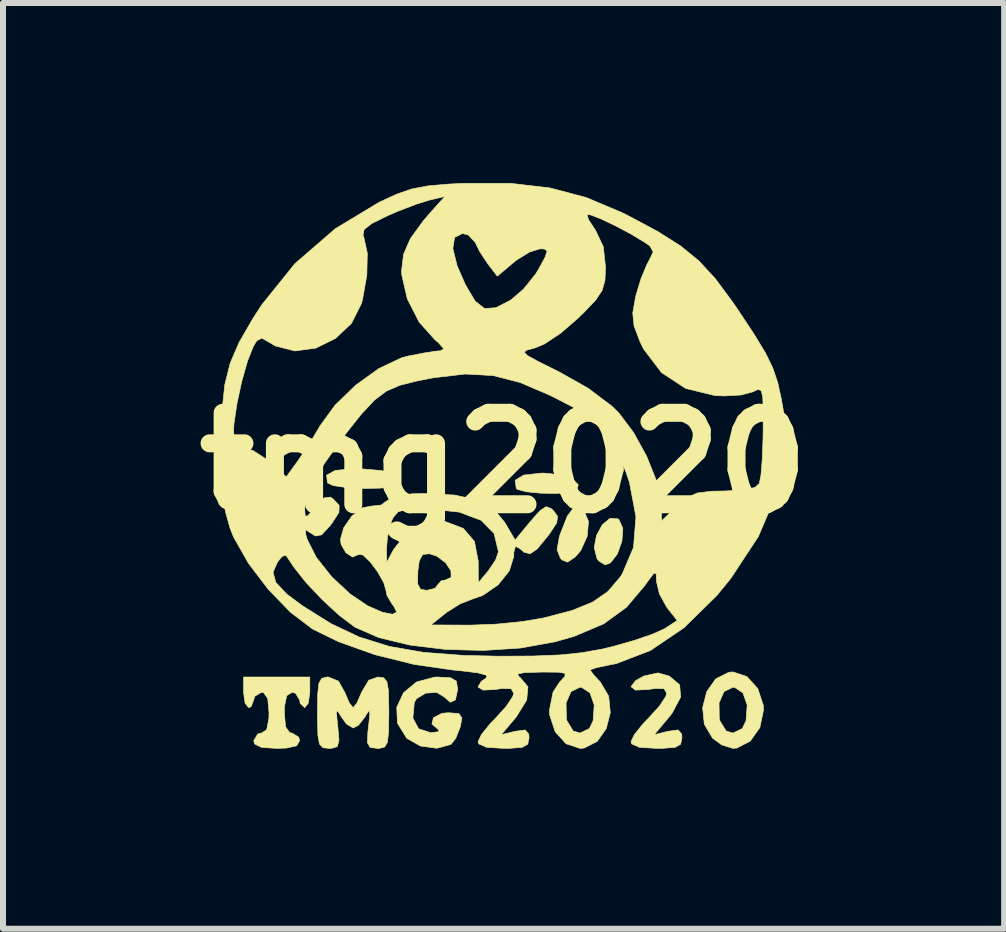
<source format=kicad_pcb>
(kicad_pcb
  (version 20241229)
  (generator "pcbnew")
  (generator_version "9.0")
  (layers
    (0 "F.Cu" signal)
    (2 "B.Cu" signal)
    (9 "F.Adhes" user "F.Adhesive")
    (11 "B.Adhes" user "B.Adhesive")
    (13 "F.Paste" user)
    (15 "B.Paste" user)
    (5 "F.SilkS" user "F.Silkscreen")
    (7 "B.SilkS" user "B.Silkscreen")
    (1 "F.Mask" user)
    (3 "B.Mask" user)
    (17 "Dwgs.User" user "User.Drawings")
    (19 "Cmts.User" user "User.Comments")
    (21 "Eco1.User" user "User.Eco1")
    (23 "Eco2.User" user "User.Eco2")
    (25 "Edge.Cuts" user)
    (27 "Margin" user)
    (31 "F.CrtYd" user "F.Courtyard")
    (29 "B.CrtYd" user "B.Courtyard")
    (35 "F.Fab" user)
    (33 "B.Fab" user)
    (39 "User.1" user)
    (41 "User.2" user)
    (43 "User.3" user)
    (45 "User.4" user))
  (footprint "tmg2020"
    (layer "F.Cu")
    (at 5.341 4.664)
    (property "Reference" "tmg2020" (at 0 0 0) (layer "F.SilkS") (effects (font (size 1.524 1.524) (thickness 0.3))))
    (attr through_hole)
    (fp_poly (pts (xy 1.906 0.932) (xy 1.923 0.944) (xy 1.988 1.091) (xy 1.973 1.303) (xy 1.897 1.516) (xy 1.781 1.666) (xy 1.694 1.699) (xy 1.591 1.637) (xy 1.557 1.593) (xy 1.511 1.412) (xy 1.549 1.21) (xy 1.645 1.032) (xy 1.772 0.924) (xy 1.906 0.932)) (stroke (width 0.01) (type solid)) (fill yes) (layer "F.SilkS"))
    (fp_poly (pts (xy 0.948 0.197) (xy 1.15 0.268) (xy 1.246 0.364) (xy 1.217 0.454) (xy 1.096 0.492) (xy 0.874 0.509) (xy 0.615 0.504) (xy 0.38 0.481) (xy 0.231 0.441) (xy 0.212 0.425) (xy 0.194 0.289) (xy 0.335 0.203) (xy 0.631 0.17) (xy 0.674 0.17) (xy 0.948 0.197)) (stroke (width 0.01) (type solid)) (fill yes) (layer "F.SilkS"))
    (fp_poly (pts (xy 1.339 0.793) (xy 1.416 0.976) (xy 1.394 1.221) (xy 1.286 1.461) (xy 1.197 1.565) (xy 1.067 1.654) (xy 0.973 1.616) (xy 0.947 1.586) (xy 0.892 1.448) (xy 0.929 1.235) (xy 0.947 1.181) (xy 1.063 0.886) (xy 1.169 0.745) (xy 1.278 0.744) (xy 1.339 0.793)) (stroke (width 0.01) (type solid)) (fill yes) (layer "F.SilkS"))
    (fp_poly (pts (xy -2.328 0.102) (xy -2.033 0.128) (xy -1.871 0.175) (xy -1.805 0.256) (xy -1.8 0.276) (xy -1.805 0.357) (xy -1.884 0.402) (xy -2.069 0.421) (xy -2.325 0.425) (xy -2.62 0.411) (xy -2.841 0.377) (xy -2.935 0.332) (xy -2.948 0.204) (xy -2.804 0.125) (xy -2.508 0.097) (xy -2.328 0.102)) (stroke (width 0.01) (type solid)) (fill yes) (layer "F.SilkS"))
    (fp_poly (pts (xy 2.761 3.552) (xy 2.935 3.698) (xy 2.951 3.903) (xy 2.809 4.17) (xy 2.741 4.255) (xy 2.51 4.53) (xy 2.741 4.472) (xy 2.909 4.45) (xy 2.969 4.517) (xy 2.973 4.586) (xy 2.951 4.688) (xy 2.858 4.74) (xy 2.651 4.756) (xy 2.548 4.757) (xy 2.265 4.739) (xy 2.135 4.682) (xy 2.124 4.646) (xy 2.181 4.526) (xy 2.326 4.346) (xy 2.421 4.247) (xy 2.596 4.055) (xy 2.703 3.893) (xy 2.718 3.839) (xy 2.676 3.763) (xy 2.524 3.758) (xy 2.421 3.775) (xy 2.2 3.786) (xy 2.124 3.729) (xy 2.201 3.628) (xy 2.336 3.552) (xy 2.574 3.499) (xy 2.761 3.552)) (stroke (width 0.01) (type solid)) (fill yes) (layer "F.SilkS"))
    (fp_poly (pts (xy 4.055 3.56) (xy 4.236 3.76) (xy 4.328 4.037) (xy 4.332 4.12) (xy 4.271 4.41) (xy 4.111 4.636) (xy 3.889 4.751) (xy 3.823 4.757) (xy 3.638 4.7) (xy 3.483 4.587) (xy 3.345 4.353) (xy 3.318 4.079) (xy 3.338 4) (xy 3.591 4) (xy 3.595 4.256) (xy 3.604 4.296) (xy 3.709 4.467) (xy 3.823 4.502) (xy 3.98 4.426) (xy 4.041 4.296) (xy 4.06 4.034) (xy 3.989 3.832) (xy 3.848 3.739) (xy 3.823 3.738) (xy 3.673 3.811) (xy 3.591 4) (xy 3.338 4) (xy 3.386 3.812) (xy 3.536 3.599) (xy 3.753 3.489) (xy 3.823 3.483) (xy 4.055 3.56)) (stroke (width 0.01) (type solid)) (fill yes) (layer "F.SilkS"))
    (fp_poly (pts (xy -0.883 3.58) (xy -0.787 3.636) (xy -0.765 3.765) (xy -0.765 3.78) (xy -0.802 3.95) (xy -0.89 3.989) (xy -0.977 3.908) (xy -1.112 3.825) (xy -1.297 3.836) (xy -1.45 3.928) (xy -1.487 3.993) (xy -1.511 4.252) (xy -1.414 4.431) (xy -1.213 4.496) (xy -1.205 4.496) (xy -1.075 4.478) (xy -1.083 4.446) (xy -1.194 4.351) (xy -1.168 4.246) (xy -1.027 4.173) (xy -0.925 4.163) (xy -0.746 4.176) (xy -0.694 4.249) (xy -0.72 4.395) (xy -0.796 4.589) (xy -0.877 4.691) (xy -1.112 4.755) (xy -1.386 4.717) (xy -1.611 4.59) (xy -1.614 4.587) (xy -1.768 4.336) (xy -1.779 4.071) (xy -1.666 3.829) (xy -1.449 3.65) (xy -1.146 3.569) (xy -1.101 3.568) (xy -0.883 3.58)) (stroke (width 0.01) (type solid)) (fill yes) (layer "F.SilkS"))
    (fp_poly (pts (xy -3.228 3.823) (xy -3.253 4.002) (xy -3.312 4.078) (xy -3.313 4.078) (xy -3.388 4.009) (xy -3.398 3.95) (xy -3.466 3.838) (xy -3.525 3.823) (xy -3.614 3.879) (xy -3.651 4.065) (xy -3.653 4.163) (xy -3.632 4.399) (xy -3.562 4.496) (xy -3.525 4.502) (xy -3.413 4.57) (xy -3.398 4.63) (xy -3.448 4.714) (xy -3.618 4.752) (xy -3.78 4.757) (xy -4.032 4.741) (xy -4.147 4.684) (xy -4.163 4.63) (xy -4.095 4.517) (xy -4.035 4.502) (xy -3.947 4.446) (xy -3.91 4.26) (xy -3.908 4.163) (xy -3.929 3.926) (xy -3.998 3.829) (xy -4.035 3.823) (xy -4.148 3.891) (xy -4.163 3.95) (xy -4.208 4.063) (xy -4.247 4.078) (xy -4.307 4.004) (xy -4.332 3.826) (xy -4.332 3.823) (xy -4.332 3.568) (xy -3.228 3.568) (xy -3.228 3.823)) (stroke (width 0.01) (type solid)) (fill yes) (layer "F.SilkS"))
    (fp_poly (pts (xy -1.998 3.581) (xy -1.944 3.645) (xy -1.918 3.797) (xy -1.912 4.073) (xy -1.911 4.163) (xy -1.915 4.474) (xy -1.934 4.652) (xy -1.981 4.734) (xy -2.066 4.756) (xy -2.104 4.757) (xy -2.222 4.741) (xy -2.268 4.664) (xy -2.26 4.478) (xy -2.25 4.396) (xy -2.228 4.185) (xy -2.239 4.124) (xy -2.288 4.194) (xy -2.305 4.226) (xy -2.417 4.372) (xy -2.506 4.417) (xy -2.618 4.35) (xy -2.707 4.226) (xy -2.766 4.129) (xy -2.785 4.159) (xy -2.769 4.334) (xy -2.762 4.396) (xy -2.742 4.622) (xy -2.77 4.727) (xy -2.865 4.756) (xy -2.909 4.757) (xy -3.009 4.746) (xy -3.067 4.686) (xy -3.093 4.543) (xy -3.1 4.277) (xy -3.101 4.163) (xy -3.097 3.851) (xy -3.077 3.673) (xy -3.03 3.591) (xy -2.945 3.568) (xy -2.918 3.568) (xy -2.75 3.637) (xy -2.646 3.823) (xy -2.57 3.999) (xy -2.508 4.077) (xy -2.506 4.078) (xy -2.446 4.007) (xy -2.37 3.834) (xy -2.366 3.823) (xy -2.246 3.622) (xy -2.094 3.568) (xy -1.998 3.581)) (stroke (width 0.01) (type solid)) (fill yes) (layer "F.SilkS"))
    (fp_poly (pts (xy 0.114 -4.659) (xy 0.771 -4.583) (xy 1.377 -4.423) (xy 1.983 -4.167) (xy 2.075 -4.121) (xy 2.572 -3.855) (xy 2.953 -3.614) (xy 3.259 -3.363) (xy 3.533 -3.065) (xy 3.815 -2.684) (xy 3.919 -2.532) (xy 4.182 -2.134) (xy 4.365 -1.832) (xy 4.487 -1.581) (xy 4.569 -1.339) (xy 4.63 -1.061) (xy 4.663 -0.868) (xy 4.688 -0.18) (xy 4.548 0.522) (xy 4.245 1.229) (xy 3.782 1.932) (xy 3.55 2.214) (xy 3.007 2.747) (xy 2.447 3.126) (xy 1.879 3.344) (xy 1.733 3.373) (xy 1.541 3.413) (xy 1.446 3.448) (xy 1.444 3.452) (xy 1.497 3.527) (xy 1.614 3.653) (xy 1.752 3.887) (xy 1.779 4.161) (xy 1.711 4.429) (xy 1.561 4.641) (xy 1.344 4.751) (xy 1.274 4.757) (xy 1.042 4.68) (xy 0.861 4.48) (xy 0.769 4.203) (xy 0.765 4.12) (xy 0.789 4) (xy 1.042 4) (xy 1.047 4.256) (xy 1.056 4.296) (xy 1.16 4.467) (xy 1.274 4.502) (xy 1.431 4.426) (xy 1.493 4.296) (xy 1.511 4.034) (xy 1.441 3.832) (xy 1.299 3.739) (xy 1.274 3.738) (xy 1.124 3.811) (xy 1.042 4) (xy 0.789 4) (xy 0.826 3.818) (xy 0.934 3.653) (xy 1.023 3.557) (xy 1.026 3.507) (xy 0.917 3.488) (xy 0.668 3.485) (xy 0.616 3.486) (xy 0.35 3.494) (xy 0.236 3.518) (xy 0.256 3.562) (xy 0.276 3.575) (xy 0.407 3.731) (xy 0.386 3.952) (xy 0.213 4.231) (xy 0.193 4.255) (xy -0.039 4.53) (xy 0.193 4.472) (xy 0.36 4.45) (xy 0.42 4.517) (xy 0.425 4.586) (xy 0.403 4.688) (xy 0.309 4.74) (xy 0.102 4.756) (xy 0 4.757) (xy -0.284 4.739) (xy -0.413 4.682) (xy -0.425 4.646) (xy -0.368 4.526) (xy -0.223 4.346) (xy -0.127 4.247) (xy 0.047 4.055) (xy 0.154 3.893) (xy 0.17 3.839) (xy 0.127 3.763) (xy -0.024 3.758) (xy -0.127 3.775) (xy -0.34 3.786) (xy -0.426 3.734) (xy -0.369 3.639) (xy -0.289 3.585) (xy -0.278 3.54) (xy -0.424 3.499) (xy -0.731 3.461) (xy -0.845 3.451) (xy -1.488 3.358) (xy -2.145 3.195) (xy -2.751 2.979) (xy -3.182 2.768) (xy -3.549 2.49) (xy -3.921 2.106) (xy -4.137 1.822) (xy -3.841 1.822) (xy -3.795 1.991) (xy -3.616 2.183) (xy -3.351 2.381) (xy -2.874 2.679) (xy -2.403 2.902) (xy -1.902 3.058) (xy -1.334 3.157) (xy -0.663 3.208) (xy -0.077 3.221) (xy 0.493 3.218) (xy 0.94 3.2) (xy 1.309 3.162) (xy 1.645 3.102) (xy 1.829 3.058) (xy 2.171 2.96) (xy 2.472 2.858) (xy 2.673 2.769) (xy 2.695 2.756) (xy 2.894 2.626) (xy 2.721 2.406) (xy 2.598 2.184) (xy 2.548 1.972) (xy 2.543 1.845) (xy 2.507 1.836) (xy 2.416 1.955) (xy 2.357 2.04) (xy 2.048 2.406) (xy 1.668 2.682) (xy 1.179 2.889) (xy 0.861 2.98) (xy 0.288 3.084) (xy -0.336 3.125) (xy -0.967 3.108) (xy -1.563 3.035) (xy -2.081 2.91) (xy -2.478 2.736) (xy -2.482 2.733) (xy -2.734 2.543) (xy -3.024 2.276) (xy -3.298 1.985) (xy -3.505 1.722) (xy -3.55 1.652) (xy -3.626 1.538) (xy -3.693 1.56) (xy -3.768 1.655) (xy -3.841 1.822) (xy -4.137 1.822) (xy -4.252 1.67) (xy -4.497 1.238) (xy -4.557 1.089) (xy -4.634 0.815) (xy -4.641 0.772) (xy -3.313 0.772) (xy -3.305 0.887) (xy -3.261 0.881) (xy -3.149 0.749) (xy -3.134 0.73) (xy -2.994 0.584) (xy -2.888 0.569) (xy -2.837 0.602) (xy -2.739 0.71) (xy -2.743 0.825) (xy -2.855 0.999) (xy -2.897 1.054) (xy -3.032 1.199) (xy -3.134 1.218) (xy -3.207 1.172) (xy -3.295 1.114) (xy -3.299 1.18) (xy -3.272 1.275) (xy -3.121 1.573) (xy -2.866 1.895) (xy -2.553 2.187) (xy -2.263 2.382) (xy -2.021 2.488) (xy -1.851 2.522) (xy -1.779 2.487) (xy -1.832 2.383) (xy -1.853 2.36) (xy -1.943 2.207) (xy -1.954 2.145) (xy -1.99 2.016) (xy -1.432 2.016) (xy -1.383 2.106) (xy -1.279 2.124) (xy -1.139 2.089) (xy -1.104 2.039) (xy -1.036 1.963) (xy -0.977 1.954) (xy -0.873 1.908) (xy -0.877 1.797) (xy -0.963 1.666) (xy -1.108 1.556) (xy -1.232 1.514) (xy -1.347 1.525) (xy -1.405 1.633) (xy -1.428 1.805) (xy -1.432 2.016) (xy -1.99 2.016) (xy -1.995 1.998) (xy -2.097 1.816) (xy -2.224 1.647) (xy -2.343 1.534) (xy -2.418 1.524) (xy -2.42 1.527) (xy -2.515 1.569) (xy -2.627 1.497) (xy -2.666 1.428) (xy -1.95 1.428) (xy -1.947 1.657) (xy -1.827 1.435) (xy -1.599 1.152) (xy -1.307 0.989) (xy -0.996 0.969) (xy -0.994 0.969) (xy -0.671 1.091) (xy -0.485 1.308) (xy -0.422 1.637) (xy -0.422 1.648) (xy -0.419 1.996) (xy -0.252 1.796) (xy -0.132 1.617) (xy -0.085 1.481) (xy -0.157 1.177) (xy -0.374 0.957) (xy -0.737 0.82) (xy -1.248 0.766) (xy -1.34 0.765) (xy -1.608 0.774) (xy -1.757 0.814) (xy -1.838 0.907) (xy -1.871 0.982) (xy -1.935 1.242) (xy -1.95 1.428) (xy -2.666 1.428) (xy -2.707 1.356) (xy -2.718 1.275) (xy -2.663 1.08) (xy -2.529 0.888) (xy -2.363 0.751) (xy -2.212 0.721) (xy -2.212 0.721) (xy -2.039 0.702) (xy -1.955 0.639) (xy -1.807 0.555) (xy -1.526 0.515) (xy -1.328 0.51) (xy -0.812 0.536) (xy -0.433 0.62) (xy -0.163 0.771) (xy 0.018 0.988) (xy 0.193 1.285) (xy 0.448 0.976) (xy 0.609 0.794) (xy 0.711 0.729) (xy 0.797 0.763) (xy 0.832 0.796) (xy 0.901 0.891) (xy 0.886 0.999) (xy 0.775 1.169) (xy 0.731 1.227) (xy 0.56 1.434) (xy 0.443 1.515) (xy 0.34 1.487) (xy 0.272 1.427) (xy 0.198 1.388) (xy 0.171 1.49) (xy 0.17 1.559) (xy 0.096 1.799) (xy -0.092 2.033) (xy -0.346 2.208) (xy -0.507 2.264) (xy -0.722 2.348) (xy -0.952 2.492) (xy -0.966 2.504) (xy -1.211 2.7) (xy -0.542 2.703) (xy -0.124 2.687) (xy 0.318 2.643) (xy 0.67 2.583) (xy 1.143 2.459) (xy 1.486 2.319) (xy 1.739 2.143) (xy 1.94 1.907) (xy 1.978 1.851) (xy 2.166 1.408) (xy 2.206 0.894) (xy 2.098 0.323) (xy 2.035 0.138) (xy 1.881 -0.225) (xy 1.707 -0.5) (xy 1.477 -0.723) (xy 1.155 -0.931) (xy 0.779 -1.125) (xy 0.277 -1.34) (xy -0.177 -1.456) (xy -0.639 -1.481) (xy -1.169 -1.419) (xy -1.445 -1.365) (xy -1.73 -1.293) (xy -1.953 -1.196) (xy -2.155 -1.044) (xy -2.373 -0.809) (xy -2.644 -0.467) (xy -2.98 0.001) (xy -3.197 0.371) (xy -3.301 0.657) (xy -3.313 0.772) (xy -4.641 0.772) (xy -4.682 0.503) (xy -4.703 0.107) (xy -4.705 -0.34) (xy -4.7 -0.531) (xy -4.499 -0.531) (xy -4.479 -0.335) (xy -4.396 -0.261) (xy -4.334 -0.255) (xy -4.167 -0.201) (xy -3.957 -0.065) (xy -3.893 -0.011) (xy -3.62 0.232) (xy -3.428 -0.033) (xy -3.252 -0.294) (xy -3.08 -0.578) (xy -3.065 -0.607) (xy -2.81 -0.959) (xy -2.465 -1.294) (xy -2.078 -1.572) (xy -1.701 -1.751) (xy -1.594 -1.78) (xy -1.325 -1.832) (xy -1.239 -1.845) (xy 0.344 -1.845) (xy 0.399 -1.789) (xy 0.57 -1.694) (xy 0.874 -1.543) (xy 0.912 -1.525) (xy 1.41 -1.244) (xy 1.809 -0.943) (xy 1.928 -0.825) (xy 2.169 -0.503) (xy 2.385 -0.11) (xy 2.547 0.295) (xy 2.628 0.653) (xy 2.633 0.741) (xy 2.633 0.966) (xy 2.893 0.717) (xy 3.062 0.576) (xy 3.231 0.501) (xy 3.464 0.472) (xy 3.679 0.468) (xy 4.004 0.454) (xy 4.191 0.408) (xy 4.263 0.34) (xy 4.29 0.201) (xy 4.311 -0.061) (xy 4.324 -0.397) (xy 4.326 -0.534) (xy 4.328 -0.89) (xy 4.319 -1.104) (xy 4.293 -1.206) (xy 4.242 -1.224) (xy 4.158 -1.187) (xy 4.15 -1.183) (xy 3.958 -1.132) (xy 3.675 -1.116) (xy 3.519 -1.123) (xy 3.034 -1.242) (xy 2.633 -1.505) (xy 2.333 -1.9) (xy 2.276 -2.017) (xy 2.175 -2.282) (xy 2.153 -2.498) (xy 2.2 -2.764) (xy 2.206 -2.791) (xy 2.291 -3.071) (xy 2.389 -3.307) (xy 2.423 -3.369) (xy 2.494 -3.515) (xy 2.439 -3.615) (xy 2.354 -3.675) (xy 2.125 -3.813) (xy 1.868 -3.95) (xy 1.629 -4.064) (xy 1.455 -4.132) (xy 1.392 -4.139) (xy 1.414 -4.056) (xy 1.516 -3.902) (xy 1.528 -3.886) (xy 1.663 -3.601) (xy 1.699 -3.262) (xy 1.69 -3.043) (xy 1.644 -2.877) (xy 1.536 -2.714) (xy 1.337 -2.505) (xy 1.243 -2.414) (xy 0.951 -2.161) (xy 0.681 -1.982) (xy 0.513 -1.912) (xy 0.388 -1.881) (xy 0.344 -1.845) (xy -1.239 -1.845) (xy -1.11 -1.864) (xy -1.046 -1.869) (xy -0.994 -1.901) (xy -1.085 -2.004) (xy -1.138 -2.047) (xy -1.405 -2.345) (xy -1.604 -2.734) (xy -1.696 -3.135) (xy -1.699 -3.206) (xy -1.666 -3.476) (xy -1.624 -3.573) (xy -0.845 -3.573) (xy -0.773 -3.283) (xy -0.636 -2.97) (xy -0.473 -2.696) (xy -0.317 -2.573) (xy -0.128 -2.586) (xy 0.121 -2.714) (xy 0.333 -2.896) (xy 0.535 -3.147) (xy 0.582 -3.224) (xy 0.695 -3.433) (xy 0.726 -3.533) (xy 0.678 -3.565) (xy 0.607 -3.568) (xy 0.436 -3.515) (xy 0.223 -3.385) (xy 0.167 -3.34) (xy -0.104 -3.112) (xy -0.263 -3.319) (xy -0.395 -3.518) (xy -0.472 -3.674) (xy -0.587 -3.798) (xy -0.685 -3.823) (xy -0.816 -3.758) (xy -0.845 -3.573) (xy -1.624 -3.573) (xy -1.552 -3.738) (xy -1.335 -4.037) (xy -1.198 -4.195) (xy -0.977 -4.44) (xy -1.232 -4.381) (xy -1.453 -4.312) (xy -1.748 -4.199) (xy -1.942 -4.115) (xy -2.198 -3.988) (xy -2.322 -3.891) (xy -2.342 -3.799) (xy -2.328 -3.759) (xy -2.27 -3.494) (xy -2.278 -3.131) (xy -2.349 -2.727) (xy -2.368 -2.656) (xy -2.534 -2.326) (xy -2.802 -2.073) (xy -3.129 -1.913) (xy -3.476 -1.866) (xy -3.801 -1.948) (xy -3.885 -1.998) (xy -4.027 -2.079) (xy -4.113 -2.036) (xy -4.17 -1.94) (xy -4.266 -1.698) (xy -4.363 -1.357) (xy -4.443 -0.985) (xy -4.492 -0.654) (xy -4.499 -0.531) (xy -4.7 -0.531) (xy -4.69 -0.88) (xy -4.645 -1.304) (xy -4.555 -1.663) (xy -4.405 -2.011) (xy -4.18 -2.4) (xy -4.029 -2.634) (xy -3.478 -3.319) (xy -2.803 -3.903) (xy -2.072 -4.344) (xy -1.779 -4.479) (xy -1.526 -4.566) (xy -1.255 -4.617) (xy -0.906 -4.647) (xy -0.648 -4.659) (xy 0.114 -4.659)) (stroke (width 0.01) (type solid)) (fill yes) (layer "F.SilkS")))
  (gr_rect
    (start -3 -3)
    (end 13.683 12.426)
    (stroke (width 0.1) (type default))
    (fill no)
    (layer "Edge.Cuts")))
</source>
